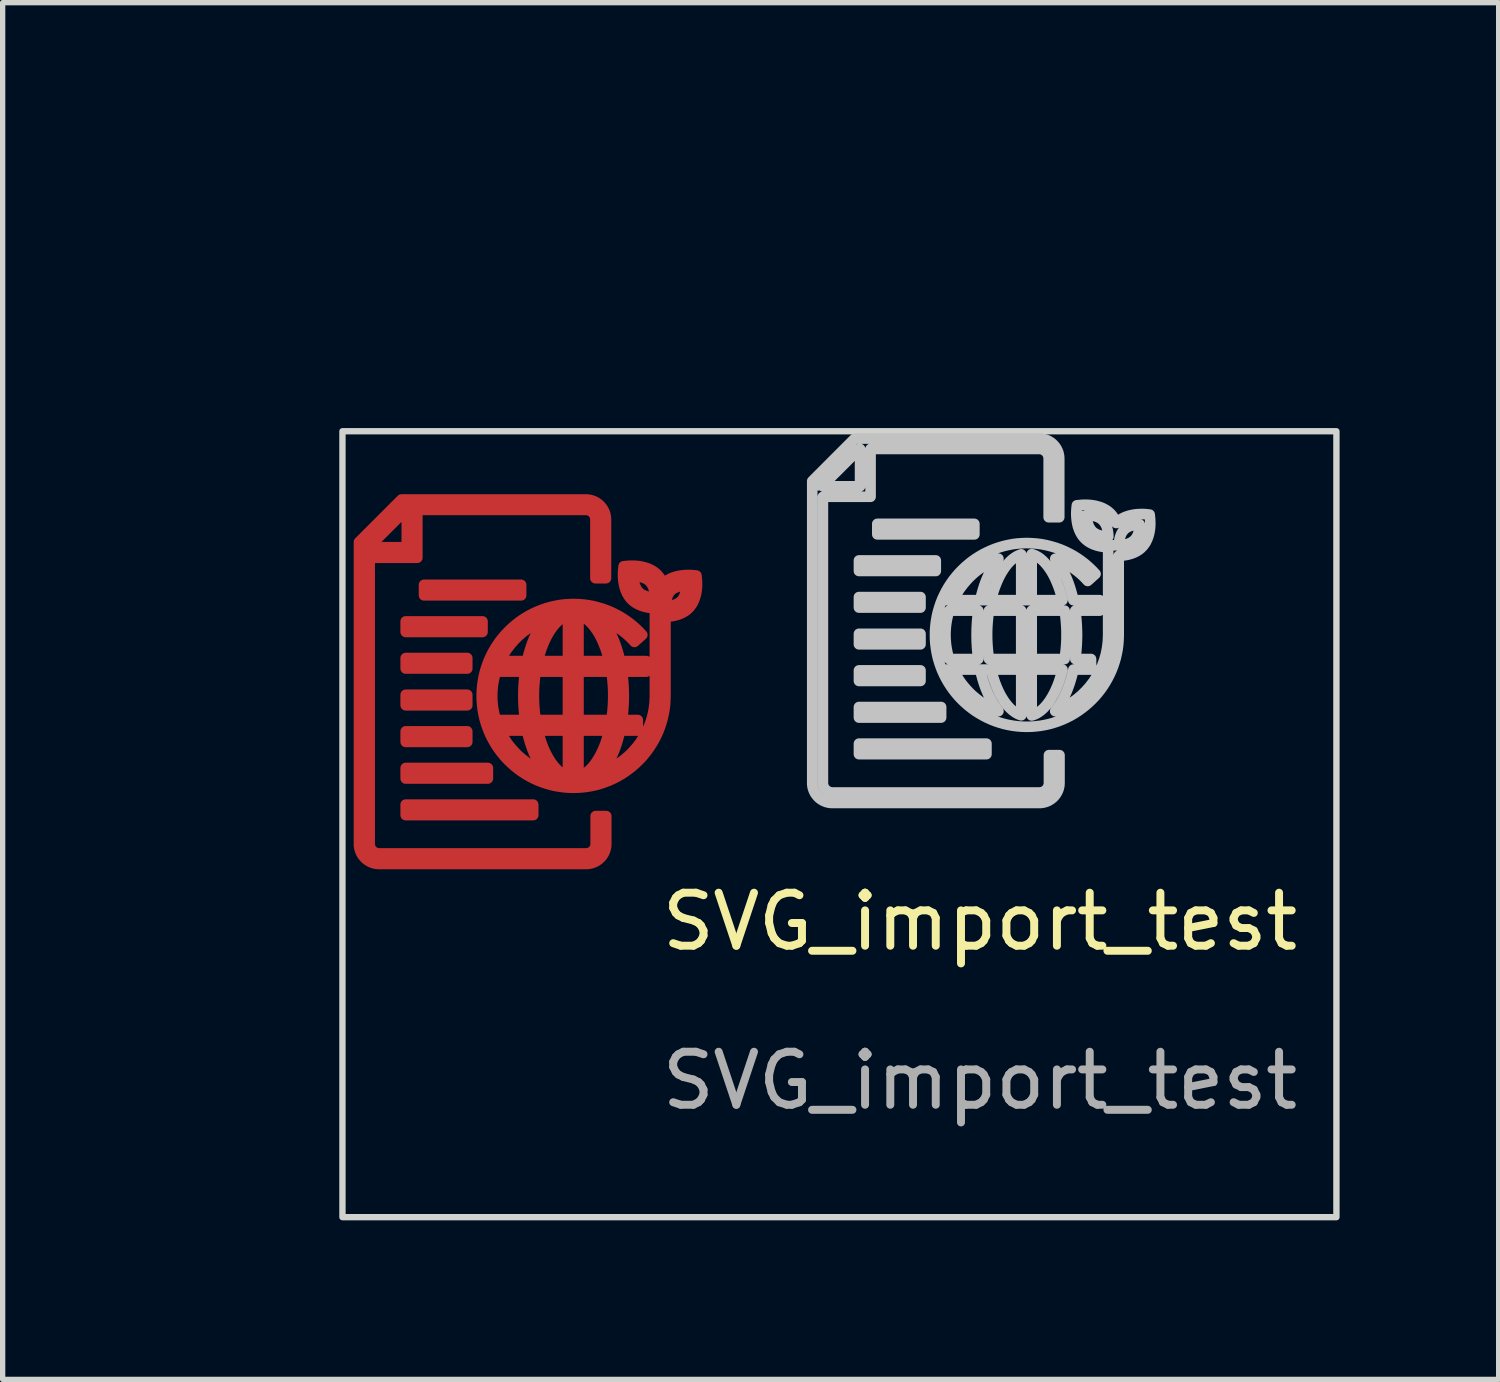
<source format=kicad_pcb>
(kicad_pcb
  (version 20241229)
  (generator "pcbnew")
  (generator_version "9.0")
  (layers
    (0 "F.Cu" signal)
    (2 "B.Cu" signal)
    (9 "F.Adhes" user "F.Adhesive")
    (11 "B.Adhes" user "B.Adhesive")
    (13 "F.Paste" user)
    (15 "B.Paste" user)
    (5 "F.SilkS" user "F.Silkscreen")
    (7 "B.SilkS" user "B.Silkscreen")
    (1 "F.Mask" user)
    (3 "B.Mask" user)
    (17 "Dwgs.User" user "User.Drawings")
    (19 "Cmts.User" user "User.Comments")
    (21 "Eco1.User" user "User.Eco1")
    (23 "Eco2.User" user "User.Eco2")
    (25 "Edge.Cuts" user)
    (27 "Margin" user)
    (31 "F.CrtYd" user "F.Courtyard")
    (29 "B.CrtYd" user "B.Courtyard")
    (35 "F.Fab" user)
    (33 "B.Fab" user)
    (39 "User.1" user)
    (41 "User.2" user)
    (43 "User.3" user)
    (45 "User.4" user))
  (footprint "SVG_import_test"
    (layer "F.Cu")
    (at 15.435 14.835)
    (property "Reference" "SVG_import_test" (at 0 -0.5 0) (unlocked yes) (layer "F.SilkS") (effects (font (size 1 1) (thickness 0.15))))
    (attr smd)
    (fp_poly (pts (xy -9.671 -5.274) (xy -10.832 -5.274) (xy -10.832 -5.472) (xy -9.671 -5.472)) (stroke (width 0.2) (type solid)) (fill yes) (layer "F.Cu"))
    (fp_poly (pts (xy -9.671 -4.581) (xy -10.832 -4.581) (xy -10.832 -4.779) (xy -9.671 -4.779)) (stroke (width 0.2) (type solid)) (fill yes) (layer "F.Cu"))
    (fp_poly (pts (xy -9.671 -3.89) (xy -10.832 -3.89) (xy -10.832 -4.089) (xy -9.671 -4.089)) (stroke (width 0.2) (type solid)) (fill yes) (layer "F.Cu"))
    (fp_poly (pts (xy -9.383 -5.964) (xy -10.832 -5.964) (xy -10.832 -6.163) (xy -9.383 -6.163)) (stroke (width 0.2) (type solid)) (fill yes) (layer "F.Cu"))
    (fp_poly (pts (xy -9.282 -3.199) (xy -10.832 -3.199) (xy -10.832 -3.398) (xy -9.282 -3.398)) (stroke (width 0.2) (type solid)) (fill yes) (layer "F.Cu"))
    (fp_poly (pts (xy -8.655 -6.655) (xy -10.486 -6.655) (xy -10.486 -6.853) (xy -8.655 -6.853)) (stroke (width 0.2) (type solid)) (fill yes) (layer "F.Cu"))
    (fp_poly (pts (xy -8.427 -2.509) (xy -10.832 -2.509) (xy -10.832 -2.707) (xy -8.427 -2.707)) (stroke (width 0.2) (type solid)) (fill yes) (layer "F.Cu"))
    (fp_poly (pts (xy -7.413 -8.462) (xy -7.394 -8.46) (xy -7.375 -8.458) (xy -7.356 -8.454) (xy -7.338 -8.45) (xy -7.32 -8.445) (xy -7.302 -8.439) (xy -7.285 -8.432) (xy -7.269 -8.425) (xy -7.252 -8.416) (xy -7.236 -8.407) (xy -7.221 -8.397) (xy -7.206 -8.387) (xy -7.192 -8.376) (xy -7.178 -8.364) (xy -7.165 -8.351) (xy -7.153 -8.338) (xy -7.141 -8.324) (xy -7.129 -8.31) (xy -7.119 -8.295) (xy -7.109 -8.28) (xy -7.1 -8.264) (xy -7.092 -8.248) (xy -7.084 -8.231) (xy -7.077 -8.214) (xy -7.071 -8.196) (xy -7.066 -8.178) (xy -7.062 -8.16) (xy -7.059 -8.141) (xy -7.056 -8.122) (xy -7.055 -8.103) (xy -7.054 -8.084) (xy -7.054 -6.978) (xy -7.253 -6.978) (xy -7.253 -8.086) (xy -7.253 -8.095) (xy -7.254 -8.104) (xy -7.255 -8.113) (xy -7.256 -8.122) (xy -7.258 -8.131) (xy -7.261 -8.139) (xy -7.264 -8.148) (xy -7.267 -8.156) (xy -7.27 -8.164) (xy -7.274 -8.171) (xy -7.279 -8.179) (xy -7.283 -8.186) (xy -7.288 -8.193) (xy -7.293 -8.2) (xy -7.299 -8.207) (xy -7.305 -8.213) (xy -7.311 -8.219) (xy -7.318 -8.225) (xy -7.324 -8.23) (xy -7.332 -8.235) (xy -7.339 -8.24) (xy -7.346 -8.244) (xy -7.354 -8.248) (xy -7.362 -8.252) (xy -7.37 -8.255) (xy -7.379 -8.258) (xy -7.387 -8.26) (xy -7.396 -8.262) (xy -7.405 -8.264) (xy -7.414 -8.265) (xy -7.423 -8.266) (xy -7.433 -8.266) (xy -10.613 -8.266) (xy -10.613 -7.364) (xy -11.512 -7.364) (xy -11.512 -1.966) (xy -11.512 -1.957) (xy -11.512 -1.948) (xy -11.51 -1.939) (xy -11.509 -1.93) (xy -11.507 -1.922) (xy -11.504 -1.913) (xy -11.502 -1.905) (xy -11.498 -1.897) (xy -11.495 -1.889) (xy -11.491 -1.881) (xy -11.487 -1.874) (xy -11.482 -1.866) (xy -11.477 -1.859) (xy -11.472 -1.852) (xy -11.466 -1.846) (xy -11.46 -1.84) (xy -11.454 -1.834) (xy -11.448 -1.828) (xy -11.441 -1.823) (xy -11.434 -1.818) (xy -11.426 -1.813) (xy -11.419 -1.808) (xy -11.411 -1.804) (xy -11.403 -1.801) (xy -11.395 -1.798) (xy -11.387 -1.795) (xy -11.378 -1.792) (xy -11.369 -1.79) (xy -11.36 -1.789) (xy -11.351 -1.787) (xy -11.342 -1.787) (xy -11.333 -1.786) (xy -7.427 -1.786) (xy -7.418 -1.787) (xy -7.409 -1.787) (xy -7.4 -1.788) (xy -7.392 -1.79) (xy -7.383 -1.792) (xy -7.374 -1.794) (xy -7.366 -1.797) (xy -7.358 -1.8) (xy -7.35 -1.804) (xy -7.342 -1.808) (xy -7.335 -1.812) (xy -7.327 -1.817) (xy -7.32 -1.822) (xy -7.314 -1.827) (xy -7.307 -1.833) (xy -7.301 -1.839) (xy -7.295 -1.845) (xy -7.289 -1.851) (xy -7.284 -1.858) (xy -7.279 -1.865) (xy -7.274 -1.872) (xy -7.27 -1.88) (xy -7.266 -1.888) (xy -7.262 -1.896) (xy -7.259 -1.904) (xy -7.256 -1.912) (xy -7.253 -1.921) (xy -7.251 -1.93) (xy -7.25 -1.939) (xy -7.249 -1.948) (xy -7.248 -1.957) (xy -7.248 -1.966) (xy -7.248 -2.49) (xy -7.049 -2.49) (xy -7.049 -1.966) (xy -7.05 -1.947) (xy -7.051 -1.928) (xy -7.053 -1.909) (xy -7.057 -1.89) (xy -7.061 -1.872) (xy -7.066 -1.854) (xy -7.072 -1.836) (xy -7.079 -1.819) (xy -7.086 -1.802) (xy -7.095 -1.786) (xy -7.104 -1.77) (xy -7.114 -1.755) (xy -7.124 -1.74) (xy -7.135 -1.726) (xy -7.147 -1.712) (xy -7.16 -1.699) (xy -7.173 -1.686) (xy -7.187 -1.674) (xy -7.201 -1.663) (xy -7.216 -1.653) (xy -7.231 -1.643) (xy -7.247 -1.634) (xy -7.263 -1.625) (xy -7.28 -1.618) (xy -7.297 -1.611) (xy -7.315 -1.605) (xy -7.333 -1.6) (xy -7.351 -1.596) (xy -7.37 -1.592) (xy -7.389 -1.59) (xy -7.408 -1.588) (xy -7.427 -1.588) (xy -11.335 -1.588) (xy -11.355 -1.588) (xy -11.374 -1.59) (xy -11.393 -1.592) (xy -11.411 -1.596) (xy -11.43 -1.6) (xy -11.448 -1.605) (xy -11.465 -1.611) (xy -11.482 -1.618) (xy -11.499 -1.625) (xy -11.516 -1.634) (xy -11.531 -1.643) (xy -11.547 -1.653) (xy -11.562 -1.663) (xy -11.576 -1.674) (xy -11.59 -1.686) (xy -11.603 -1.699) (xy -11.615 -1.712) (xy -11.627 -1.726) (xy -11.638 -1.74) (xy -11.649 -1.755) (xy -11.659 -1.77) (xy -11.668 -1.786) (xy -11.676 -1.802) (xy -11.684 -1.819) (xy -11.691 -1.836) (xy -11.696 -1.854) (xy -11.702 -1.872) (xy -11.706 -1.89) (xy -11.709 -1.909) (xy -11.712 -1.928) (xy -11.713 -1.947) (xy -11.713 -1.966) (xy -11.713 -7.562) (xy -11.512 -7.562) (xy -10.811 -7.562) (xy -10.811 -8.266) (xy -10.827 -8.266) (xy -11.512 -7.581) (xy -11.512 -7.562) (xy -11.713 -7.562) (xy -11.713 -7.66) (xy -10.912 -8.462) (xy -7.433 -8.462)) (stroke (width 0.2) (type solid)) (fill yes) (layer "F.Cu"))
    (fp_poly (pts (xy -6.58 -7.213) (xy -6.533 -7.213) (xy -6.506 -7.212) (xy -6.478 -7.21) (xy -6.447 -7.207) (xy -6.416 -7.202) (xy -6.383 -7.197) (xy -6.35 -7.189) (xy -6.316 -7.18) (xy -6.282 -7.169) (xy -6.248 -7.156) (xy -6.215 -7.14) (xy -6.182 -7.122) (xy -6.15 -7.102) (xy -6.135 -7.09) (xy -6.12 -7.078) (xy -6.105 -7.065) (xy -6.091 -7.052) (xy -6.081 -7.042) (xy -6.072 -7.031) (xy -6.063 -7.021) (xy -6.054 -7.01) (xy -6.046 -6.999) (xy -6.038 -6.987) (xy -6.03 -6.976) (xy -6.023 -6.965) (xy -6.016 -6.953) (xy -6.01 -6.941) (xy -6.004 -6.929) (xy -5.998 -6.917) (xy -5.992 -6.905) (xy -5.987 -6.893) (xy -5.982 -6.881) (xy -5.977 -6.869) (xy -5.972 -6.874) (xy -5.97 -6.877) (xy -5.968 -6.878) (xy -5.967 -6.88) (xy -5.949 -6.897) (xy -5.929 -6.913) (xy -5.909 -6.928) (xy -5.889 -6.942) (xy -5.868 -6.954) (xy -5.846 -6.966) (xy -5.825 -6.976) (xy -5.803 -6.986) (xy -5.78 -6.994) (xy -5.758 -7.001) (xy -5.736 -7.008) (xy -5.714 -7.014) (xy -5.67 -7.023) (xy -5.628 -7.03) (xy -5.588 -7.035) (xy -5.551 -7.037) (xy -5.517 -7.038) (xy -5.488 -7.039) (xy -5.444 -7.037) (xy -5.424 -7.036) (xy -5.348 -7.028) (xy -5.34 -6.951) (xy -5.337 -6.888) (xy -5.337 -6.825) (xy -5.34 -6.787) (xy -5.344 -6.747) (xy -5.351 -6.705) (xy -5.36 -6.662) (xy -5.373 -6.618) (xy -5.389 -6.573) (xy -5.409 -6.53) (xy -5.42 -6.508) (xy -5.433 -6.487) (xy -5.447 -6.467) (xy -5.462 -6.447) (xy -5.478 -6.427) (xy -5.496 -6.409) (xy -5.508 -6.397) (xy -5.52 -6.386) (xy -5.546 -6.365) (xy -5.573 -6.347) (xy -5.601 -6.331) (xy -5.63 -6.316) (xy -5.659 -6.303) (xy -5.688 -6.292) (xy -5.717 -6.283) (xy -5.747 -6.275) (xy -5.775 -6.268) (xy -5.804 -6.263) (xy -5.832 -6.259) (xy -5.859 -6.256) (xy -5.885 -6.253) (xy -5.932 -6.251) (xy -5.932 -4.758) (xy -5.935 -4.669) (xy -5.941 -4.581) (xy -5.952 -4.494) (xy -5.968 -4.409) (xy -5.987 -4.325) (xy -6.011 -4.243) (xy -6.038 -4.163) (xy -6.069 -4.084) (xy -6.104 -4.007) (xy -6.142 -3.933) (xy -6.184 -3.86) (xy -6.229 -3.79) (xy -6.277 -3.722) (xy -6.329 -3.656) (xy -6.383 -3.593) (xy -6.441 -3.533) (xy -6.501 -3.476) (xy -6.564 -3.421) (xy -6.63 -3.37) (xy -6.698 -3.321) (xy -6.768 -3.276) (xy -6.84 -3.234) (xy -6.915 -3.196) (xy -6.992 -3.161) (xy -7.071 -3.13) (xy -7.151 -3.103) (xy -7.233 -3.079) (xy -7.317 -3.06) (xy -7.402 -3.045) (xy -7.489 -3.034) (xy -7.577 -3.027) (xy -7.666 -3.025) (xy -7.755 -3.027) (xy -7.843 -3.034) (xy -7.929 -3.045) (xy -8.014 -3.06) (xy -8.098 -3.079) (xy -8.18 -3.103) (xy -8.261 -3.13) (xy -8.339 -3.161) (xy -8.416 -3.196) (xy -8.491 -3.234) (xy -8.498 -3.239) (xy -7.573 -3.239) (xy -7.526 -3.254) (xy -7.48 -3.276) (xy -7.435 -3.304) (xy -7.391 -3.338) (xy -7.348 -3.377) (xy -7.307 -3.422) (xy -7.267 -3.471) (xy -7.229 -3.525) (xy -7.193 -3.584) (xy -7.158 -3.647) (xy -7.125 -3.714) (xy -7.094 -3.785) (xy -7.065 -3.86) (xy -7.039 -3.938) (xy -7.015 -4.02) (xy -6.993 -4.104) (xy -7.573 -4.104) (xy -7.573 -3.239) (xy -8.498 -3.239) (xy -8.563 -3.276) (xy -8.634 -3.321) (xy -8.702 -3.37) (xy -8.767 -3.421) (xy -8.83 -3.476) (xy -8.89 -3.533) (xy -8.948 -3.593) (xy -9.002 -3.656) (xy -9.054 -3.722) (xy -9.102 -3.79) (xy -9.147 -3.86) (xy -9.189 -3.933) (xy -9.227 -4.007) (xy -9.262 -4.084) (xy -9.27 -4.104) (xy -9.053 -4.104) (xy -9.019 -4.038) (xy -8.983 -3.973) (xy -8.943 -3.91) (xy -8.901 -3.849) (xy -8.855 -3.791) (xy -8.807 -3.735) (xy -8.757 -3.681) (xy -8.704 -3.629) (xy -8.648 -3.581) (xy -8.591 -3.535) (xy -8.531 -3.491) (xy -8.469 -3.451) (xy -8.405 -3.413) (xy -8.339 -3.379) (xy -8.271 -3.348) (xy -8.201 -3.32) (xy -8.23 -3.356) (xy -8.257 -3.395) (xy -8.284 -3.435) (xy -8.31 -3.477) (xy -8.335 -3.521) (xy -8.359 -3.567) (xy -8.383 -3.614) (xy -8.405 -3.662) (xy -8.426 -3.713) (xy -8.447 -3.764) (xy -8.466 -3.818) (xy -8.484 -3.872) (xy -8.501 -3.928) (xy -8.517 -3.986) (xy -8.532 -4.044) (xy -8.546 -4.104) (xy -8.338 -4.104) (xy -8.317 -4.021) (xy -8.293 -3.941) (xy -8.267 -3.864) (xy -8.239 -3.79) (xy -8.209 -3.72) (xy -8.177 -3.653) (xy -8.143 -3.591) (xy -8.107 -3.533) (xy -8.089 -3.505) (xy -8.07 -3.479) (xy -8.05 -3.453) (xy -8.031 -3.429) (xy -8.011 -3.406) (xy -7.991 -3.385) (xy -7.97 -3.364) (xy -7.949 -3.345) (xy -7.928 -3.328) (xy -7.906 -3.311) (xy -7.884 -3.296) (xy -7.862 -3.282) (xy -7.84 -3.27) (xy -7.817 -3.259) (xy -7.794 -3.25) (xy -7.771 -3.242) (xy -7.771 -4.104) (xy -8.338 -4.104) (xy -8.546 -4.104) (xy -9.053 -4.104) (xy -9.27 -4.104) (xy -9.293 -4.163) (xy -9.32 -4.243) (xy -9.344 -4.325) (xy -9.363 -4.409) (xy -9.378 -4.494) (xy -9.389 -4.581) (xy -9.396 -4.669) (xy -9.398 -4.758) (xy -9.2 -4.758) (xy -9.199 -4.699) (xy -9.195 -4.64) (xy -9.19 -4.582) (xy -9.182 -4.525) (xy -9.172 -4.468) (xy -9.16 -4.412) (xy -9.147 -4.357) (xy -9.131 -4.303) (xy -8.581 -4.303) (xy -8.588 -4.357) (xy -8.595 -4.412) (xy -8.6 -4.468) (xy -8.605 -4.525) (xy -8.608 -4.582) (xy -8.611 -4.64) (xy -8.612 -4.699) (xy -8.613 -4.758) (xy -8.613 -4.76) (xy -8.414 -4.76) (xy -8.414 -4.701) (xy -8.412 -4.642) (xy -8.409 -4.584) (xy -8.405 -4.527) (xy -8.4 -4.469) (xy -8.394 -4.413) (xy -8.386 -4.357) (xy -8.378 -4.303) (xy -7.771 -4.303) (xy -7.573 -4.303) (xy -6.953 -4.303) (xy -6.945 -4.357) (xy -6.938 -4.413) (xy -6.931 -4.469) (xy -6.926 -4.527) (xy -6.922 -4.584) (xy -6.919 -4.642) (xy -6.917 -4.701) (xy -6.917 -4.76) (xy -6.917 -4.819) (xy -6.919 -4.878) (xy -6.922 -4.936) (xy -6.926 -4.993) (xy -6.931 -5.05) (xy -6.937 -5.106) (xy -6.944 -5.161) (xy -6.953 -5.216) (xy -7.573 -5.216) (xy -7.573 -4.303) (xy -7.771 -4.303) (xy -7.771 -5.216) (xy -8.379 -5.216) (xy -8.387 -5.161) (xy -8.394 -5.106) (xy -8.4 -5.05) (xy -8.405 -4.993) (xy -8.409 -4.936) (xy -8.412 -4.878) (xy -8.414 -4.819) (xy -8.414 -4.76) (xy -8.613 -4.76) (xy -8.612 -4.817) (xy -8.611 -4.876) (xy -8.608 -4.934) (xy -8.605 -4.992) (xy -8.6 -5.049) (xy -8.595 -5.105) (xy -8.588 -5.161) (xy -8.581 -5.216) (xy -9.13 -5.216) (xy -9.146 -5.161) (xy -9.16 -5.106) (xy -9.172 -5.049) (xy -9.182 -4.992) (xy -9.19 -4.935) (xy -9.195 -4.876) (xy -9.199 -4.817) (xy -9.2 -4.758) (xy -9.398 -4.758) (xy -9.396 -4.847) (xy -9.389 -4.935) (xy -9.378 -5.021) (xy -9.363 -5.107) (xy -9.344 -5.19) (xy -9.32 -5.272) (xy -9.293 -5.353) (xy -9.269 -5.414) (xy -9.052 -5.414) (xy -8.545 -5.414) (xy -8.34 -5.414) (xy -7.771 -5.414) (xy -7.771 -6.278) (xy -7.817 -6.261) (xy -7.863 -6.238) (xy -7.907 -6.209) (xy -7.95 -6.175) (xy -7.992 -6.135) (xy -8.032 -6.091) (xy -8.071 -6.041) (xy -8.108 -5.987) (xy -8.144 -5.929) (xy -8.178 -5.866) (xy -8.21 -5.8) (xy -8.24 -5.729) (xy -8.269 -5.655) (xy -8.295 -5.578) (xy -8.318 -5.497) (xy -8.34 -5.414) (xy -8.545 -5.414) (xy -8.531 -5.474) (xy -8.516 -5.532) (xy -8.5 -5.589) (xy -8.483 -5.645) (xy -8.465 -5.7) (xy -8.446 -5.753) (xy -8.426 -5.804) (xy -8.404 -5.854) (xy -8.382 -5.903) (xy -8.359 -5.95) (xy -8.335 -5.995) (xy -8.31 -6.039) (xy -8.284 -6.081) (xy -8.257 -6.121) (xy -8.229 -6.159) (xy -8.201 -6.196) (xy -8.27 -6.168) (xy -8.338 -6.137) (xy -8.404 -6.103) (xy -8.468 -6.065) (xy -8.53 -6.025) (xy -8.59 -5.982) (xy -8.648 -5.936) (xy -8.703 -5.887) (xy -8.756 -5.836) (xy -8.806 -5.782) (xy -8.854 -5.726) (xy -8.899 -5.668) (xy -8.942 -5.608) (xy -8.981 -5.545) (xy -9.018 -5.481) (xy -9.052 -5.414) (xy -9.269 -5.414) (xy -9.262 -5.432) (xy -9.227 -5.508) (xy -9.189 -5.583) (xy -9.147 -5.656) (xy -9.102 -5.726) (xy -9.054 -5.794) (xy -9.002 -5.859) (xy -8.948 -5.922) (xy -8.89 -5.982) (xy -8.83 -6.04) (xy -8.767 -6.094) (xy -8.702 -6.146) (xy -8.634 -6.194) (xy -8.563 -6.239) (xy -8.491 -6.281) (xy -8.489 -6.282) (xy -7.573 -6.282) (xy -7.573 -5.414) (xy -6.992 -5.414) (xy -7.014 -5.499) (xy -7.038 -5.58) (xy -7.065 -5.659) (xy -7.094 -5.734) (xy -7.124 -5.805) (xy -7.157 -5.873) (xy -7.192 -5.936) (xy -7.21 -5.966) (xy -7.229 -5.995) (xy -7.248 -6.022) (xy -7.267 -6.049) (xy -7.287 -6.074) (xy -7.307 -6.098) (xy -7.327 -6.121) (xy -7.348 -6.143) (xy -7.369 -6.163) (xy -7.391 -6.182) (xy -7.412 -6.2) (xy -7.434 -6.216) (xy -7.457 -6.231) (xy -7.48 -6.244) (xy -7.502 -6.256) (xy -7.526 -6.266) (xy -7.549 -6.275) (xy -7.573 -6.282) (xy -8.489 -6.282) (xy -8.416 -6.319) (xy -8.339 -6.354) (xy -8.261 -6.385) (xy -8.18 -6.412) (xy -8.098 -6.436) (xy -8.014 -6.455) (xy -7.929 -6.471) (xy -7.843 -6.482) (xy -7.755 -6.488) (xy -7.666 -6.491) (xy -7.573 -6.488) (xy -7.481 -6.481) (xy -7.39 -6.469) (xy -7.3 -6.452) (xy -7.212 -6.43) (xy -7.124 -6.404) (xy -7.039 -6.374) (xy -6.955 -6.339) (xy -6.873 -6.299) (xy -6.793 -6.256) (xy -6.716 -6.208) (xy -6.641 -6.156) (xy -6.568 -6.1) (xy -6.499 -6.04) (xy -6.432 -5.976) (xy -6.369 -5.909) (xy -6.517 -5.776) (xy -6.549 -5.811) (xy -6.582 -5.845) (xy -6.616 -5.878) (xy -6.651 -5.91) (xy -6.687 -5.94) (xy -6.724 -5.969) (xy -6.761 -5.997) (xy -6.799 -6.024) (xy -6.838 -6.05) (xy -6.878 -6.074) (xy -6.918 -6.098) (xy -6.959 -6.12) (xy -7.001 -6.14) (xy -7.043 -6.16) (xy -7.086 -6.178) (xy -7.129 -6.195) (xy -7.101 -6.158) (xy -7.073 -6.12) (xy -7.047 -6.08) (xy -7.021 -6.038) (xy -6.996 -5.994) (xy -6.972 -5.949) (xy -6.949 -5.902) (xy -6.927 -5.854) (xy -6.905 -5.803) (xy -6.885 -5.752) (xy -6.866 -5.699) (xy -6.848 -5.645) (xy -6.831 -5.589) (xy -6.815 -5.532) (xy -6.8 -5.474) (xy -6.787 -5.414) (xy -6.292 -5.414) (xy -6.292 -5.216) (xy -6.751 -5.216) (xy -6.744 -5.161) (xy -6.737 -5.105) (xy -6.731 -5.049) (xy -6.727 -4.992) (xy -6.723 -4.934) (xy -6.721 -4.876) (xy -6.719 -4.817) (xy -6.718 -4.758) (xy -6.719 -4.699) (xy -6.721 -4.64) (xy -6.723 -4.582) (xy -6.727 -4.525) (xy -6.731 -4.468) (xy -6.737 -4.412) (xy -6.743 -4.357) (xy -6.75 -4.303) (xy -6.454 -4.303) (xy -6.454 -4.104) (xy -6.786 -4.104) (xy -6.8 -4.044) (xy -6.815 -3.986) (xy -6.831 -3.928) (xy -6.848 -3.872) (xy -6.866 -3.818) (xy -6.885 -3.765) (xy -6.905 -3.713) (xy -6.927 -3.662) (xy -6.949 -3.614) (xy -6.972 -3.567) (xy -6.996 -3.521) (xy -7.021 -3.477) (xy -7.047 -3.435) (xy -7.074 -3.395) (xy -7.102 -3.356) (xy -7.13 -3.32) (xy -7.023 -3.364) (xy -6.92 -3.417) (xy -6.821 -3.477) (xy -6.728 -3.544) (xy -6.64 -3.617) (xy -6.558 -3.697) (xy -6.482 -3.782) (xy -6.412 -3.873) (xy -6.349 -3.97) (xy -6.293 -4.071) (xy -6.245 -4.176) (xy -6.205 -4.286) (xy -6.173 -4.399) (xy -6.15 -4.516) (xy -6.136 -4.636) (xy -6.131 -4.758) (xy -6.131 -6.411) (xy -6.179 -6.414) (xy -6.205 -6.417) (xy -6.232 -6.42) (xy -6.26 -6.425) (xy -6.289 -6.43) (xy -6.318 -6.437) (xy -6.348 -6.445) (xy -6.358 -6.449) (xy -5.93 -6.449) (xy -5.912 -6.449) (xy -5.894 -6.451) (xy -5.875 -6.453) (xy -5.855 -6.455) (xy -5.836 -6.458) (xy -5.816 -6.462) (xy -5.796 -6.467) (xy -5.776 -6.472) (xy -5.757 -6.478) (xy -5.737 -6.485) (xy -5.719 -6.493) (xy -5.7 -6.502) (xy -5.683 -6.512) (xy -5.666 -6.523) (xy -5.651 -6.536) (xy -5.643 -6.542) (xy -5.636 -6.549) (xy -5.629 -6.557) (xy -5.622 -6.564) (xy -5.609 -6.581) (xy -5.598 -6.598) (xy -5.587 -6.616) (xy -5.578 -6.635) (xy -5.57 -6.654) (xy -5.563 -6.674) (xy -5.557 -6.694) (xy -5.552 -6.714) (xy -5.548 -6.733) (xy -5.544 -6.753) (xy -5.541 -6.772) (xy -5.539 -6.791) (xy -5.537 -6.809) (xy -5.536 -6.842) (xy -5.553 -6.842) (xy -5.572 -6.84) (xy -5.591 -6.839) (xy -5.61 -6.836) (xy -5.63 -6.833) (xy -5.65 -6.829) (xy -5.669 -6.825) (xy -5.689 -6.819) (xy -5.709 -6.813) (xy -5.728 -6.806) (xy -5.747 -6.798) (xy -5.765 -6.789) (xy -5.782 -6.779) (xy -5.799 -6.768) (xy -5.815 -6.756) (xy -5.822 -6.749) (xy -5.829 -6.742) (xy -5.836 -6.735) (xy -5.843 -6.727) (xy -5.856 -6.71) (xy -5.868 -6.693) (xy -5.878 -6.675) (xy -5.887 -6.656) (xy -5.895 -6.637) (xy -5.902 -6.617) (xy -5.908 -6.597) (xy -5.913 -6.578) (xy -5.918 -6.558) (xy -5.921 -6.538) (xy -5.924 -6.519) (xy -5.926 -6.5) (xy -5.928 -6.482) (xy -5.93 -6.449) (xy -6.358 -6.449) (xy -6.377 -6.455) (xy -6.406 -6.466) (xy -6.436 -6.479) (xy -6.464 -6.494) (xy -6.492 -6.51) (xy -6.519 -6.529) (xy -6.545 -6.55) (xy -6.558 -6.561) (xy -6.57 -6.573) (xy -6.588 -6.592) (xy -6.605 -6.611) (xy -6.62 -6.632) (xy -6.634 -6.653) (xy -6.647 -6.674) (xy -6.658 -6.696) (xy -6.669 -6.719) (xy -6.679 -6.741) (xy -6.687 -6.764) (xy -6.695 -6.786) (xy -6.702 -6.809) (xy -6.708 -6.831) (xy -6.717 -6.876) (xy -6.724 -6.919) (xy -6.728 -6.959) (xy -6.731 -6.997) (xy -6.732 -7.02) (xy -6.535 -7.02) (xy -6.535 -7.003) (xy -6.534 -6.985) (xy -6.533 -6.966) (xy -6.531 -6.947) (xy -6.528 -6.927) (xy -6.525 -6.907) (xy -6.52 -6.886) (xy -6.515 -6.866) (xy -6.509 -6.845) (xy -6.501 -6.825) (xy -6.493 -6.805) (xy -6.483 -6.786) (xy -6.473 -6.767) (xy -6.461 -6.749) (xy -6.447 -6.732) (xy -6.44 -6.724) (xy -6.433 -6.716) (xy -6.425 -6.708) (xy -6.417 -6.701) (xy -6.4 -6.688) (xy -6.382 -6.676) (xy -6.363 -6.665) (xy -6.343 -6.656) (xy -6.323 -6.648) (xy -6.303 -6.641) (xy -6.282 -6.634) (xy -6.262 -6.629) (xy -6.241 -6.625) (xy -6.221 -6.621) (xy -6.201 -6.618) (xy -6.182 -6.616) (xy -6.163 -6.614) (xy -6.128 -6.612) (xy -6.129 -6.629) (xy -6.129 -6.647) (xy -6.131 -6.666) (xy -6.133 -6.685) (xy -6.136 -6.705) (xy -6.139 -6.726) (xy -6.144 -6.746) (xy -6.149 -6.767) (xy -6.156 -6.787) (xy -6.163 -6.808) (xy -6.171 -6.828) (xy -6.181 -6.847) (xy -6.192 -6.866) (xy -6.204 -6.884) (xy -6.217 -6.901) (xy -6.224 -6.909) (xy -6.232 -6.917) (xy -6.239 -6.924) (xy -6.248 -6.932) (xy -6.265 -6.945) (xy -6.283 -6.957) (xy -6.301 -6.967) (xy -6.321 -6.977) (xy -6.341 -6.985) (xy -6.361 -6.992) (xy -6.382 -6.998) (xy -6.402 -7.003) (xy -6.423 -7.008) (xy -6.443 -7.011) (xy -6.463 -7.014) (xy -6.482 -7.016) (xy -6.501 -7.018) (xy -6.535 -7.02) (xy -6.732 -7.02) (xy -6.732 -7.032) (xy -6.732 -7.062) (xy -6.73 -7.106) (xy -6.729 -7.126) (xy -6.721 -7.203) (xy -6.644 -7.21) (xy -6.625 -7.212) (xy -6.605 -7.213) (xy -6.593 -7.213) (xy -6.58 -7.213)) (stroke (width 0.2) (type solid)) (fill yes) (layer "F.Cu"))
    (fp_poly (pts (xy -5.4 -8.65) (xy -4.125 -6.85) (xy -3.65 -5.925) (xy -5.45 -1.05) (xy -12.6 0.45) (xy -15.375 -7.9) (xy -11.15 -14.775)) (stroke (width 0.12) (type solid)) (fill yes) (layer "F.Mask"))
    (fp_poly (pts (xy -1.121 -6.424) (xy -2.282 -6.424) (xy -2.282 -6.622) (xy -1.121 -6.622)) (stroke (width 0.2) (type solid)) (fill no) (layer "Dwgs.User"))
    (fp_poly (pts (xy -1.121 -5.731) (xy -2.282 -5.731) (xy -2.282 -5.929) (xy -1.121 -5.929)) (stroke (width 0.2) (type solid)) (fill no) (layer "Dwgs.User"))
    (fp_poly (pts (xy -1.121 -5.04) (xy -2.282 -5.04) (xy -2.282 -5.239) (xy -1.121 -5.239)) (stroke (width 0.2) (type solid)) (fill no) (layer "Dwgs.User"))
    (fp_poly (pts (xy -0.833 -7.114) (xy -2.282 -7.114) (xy -2.282 -7.313) (xy -0.833 -7.313)) (stroke (width 0.2) (type solid)) (fill no) (layer "Dwgs.User"))
    (fp_poly (pts (xy -0.732 -4.349) (xy -2.282 -4.349) (xy -2.282 -4.548) (xy -0.732 -4.548)) (stroke (width 0.2) (type solid)) (fill no) (layer "Dwgs.User"))
    (fp_poly (pts (xy -0.105 -7.805) (xy -1.936 -7.805) (xy -1.936 -8.003) (xy -0.105 -8.003)) (stroke (width 0.2) (type solid)) (fill no) (layer "Dwgs.User"))
    (fp_poly (pts (xy 0.123 -3.659) (xy -2.282 -3.659) (xy -2.282 -3.857) (xy 0.123 -3.857)) (stroke (width 0.2) (type solid)) (fill no) (layer "Dwgs.User"))
    (fp_poly (pts (xy 1.137 -9.612) (xy 1.156 -9.61) (xy 1.175 -9.608) (xy 1.194 -9.604) (xy 1.212 -9.6) (xy 1.23 -9.595) (xy 1.248 -9.589) (xy 1.265 -9.582) (xy 1.281 -9.575) (xy 1.298 -9.566) (xy 1.314 -9.557) (xy 1.329 -9.547) (xy 1.344 -9.537) (xy 1.358 -9.526) (xy 1.372 -9.514) (xy 1.385 -9.501) (xy 1.397 -9.488) (xy 1.409 -9.474) (xy 1.421 -9.46) (xy 1.431 -9.445) (xy 1.441 -9.43) (xy 1.45 -9.414) (xy 1.458 -9.398) (xy 1.466 -9.381) (xy 1.473 -9.364) (xy 1.479 -9.346) (xy 1.484 -9.328) (xy 1.488 -9.31) (xy 1.491 -9.291) (xy 1.494 -9.272) (xy 1.495 -9.253) (xy 1.496 -9.234) (xy 1.496 -8.128) (xy 1.297 -8.128) (xy 1.297 -9.236) (xy 1.297 -9.245) (xy 1.296 -9.254) (xy 1.295 -9.263) (xy 1.294 -9.272) (xy 1.292 -9.281) (xy 1.289 -9.289) (xy 1.286 -9.298) (xy 1.283 -9.306) (xy 1.28 -9.314) (xy 1.276 -9.321) (xy 1.272 -9.329) (xy 1.267 -9.336) (xy 1.262 -9.343) (xy 1.257 -9.35) (xy 1.251 -9.357) (xy 1.245 -9.363) (xy 1.239 -9.369) (xy 1.232 -9.375) (xy 1.226 -9.38) (xy 1.218 -9.385) (xy 1.211 -9.39) (xy 1.204 -9.394) (xy 1.196 -9.398) (xy 1.188 -9.402) (xy 1.18 -9.405) (xy 1.171 -9.408) (xy 1.163 -9.41) (xy 1.154 -9.412) (xy 1.145 -9.414) (xy 1.136 -9.415) (xy 1.127 -9.416) (xy 1.117 -9.416) (xy -2.063 -9.416) (xy -2.063 -8.514) (xy -2.962 -8.514) (xy -2.962 -3.116) (xy -2.962 -3.107) (xy -2.962 -3.098) (xy -2.96 -3.089) (xy -2.959 -3.08) (xy -2.957 -3.072) (xy -2.954 -3.063) (xy -2.952 -3.055) (xy -2.948 -3.047) (xy -2.945 -3.039) (xy -2.941 -3.031) (xy -2.937 -3.024) (xy -2.932 -3.016) (xy -2.927 -3.009) (xy -2.922 -3.002) (xy -2.916 -2.996) (xy -2.91 -2.99) (xy -2.904 -2.984) (xy -2.898 -2.978) (xy -2.891 -2.973) (xy -2.884 -2.968) (xy -2.876 -2.963) (xy -2.869 -2.958) (xy -2.861 -2.954) (xy -2.853 -2.951) (xy -2.845 -2.948) (xy -2.837 -2.945) (xy -2.828 -2.942) (xy -2.819 -2.94) (xy -2.81 -2.939) (xy -2.801 -2.937) (xy -2.792 -2.937) (xy -2.783 -2.936) (xy 1.123 -2.936) (xy 1.132 -2.937) (xy 1.141 -2.937) (xy 1.15 -2.938) (xy 1.158 -2.94) (xy 1.167 -2.942) (xy 1.176 -2.944) (xy 1.184 -2.947) (xy 1.192 -2.95) (xy 1.2 -2.954) (xy 1.208 -2.958) (xy 1.215 -2.962) (xy 1.223 -2.967) (xy 1.23 -2.972) (xy 1.236 -2.977) (xy 1.243 -2.983) (xy 1.249 -2.989) (xy 1.255 -2.995) (xy 1.261 -3.001) (xy 1.266 -3.008) (xy 1.271 -3.015) (xy 1.276 -3.022) (xy 1.28 -3.03) (xy 1.284 -3.038) (xy 1.288 -3.046) (xy 1.291 -3.054) (xy 1.294 -3.062) (xy 1.297 -3.071) (xy 1.299 -3.08) (xy 1.3 -3.089) (xy 1.301 -3.098) (xy 1.302 -3.107) (xy 1.302 -3.116) (xy 1.302 -3.64) (xy 1.501 -3.64) (xy 1.501 -3.116) (xy 1.5 -3.097) (xy 1.499 -3.078) (xy 1.497 -3.059) (xy 1.493 -3.04) (xy 1.489 -3.022) (xy 1.484 -3.004) (xy 1.478 -2.986) (xy 1.471 -2.969) (xy 1.464 -2.952) (xy 1.455 -2.936) (xy 1.446 -2.92) (xy 1.436 -2.905) (xy 1.426 -2.89) (xy 1.415 -2.876) (xy 1.403 -2.862) (xy 1.39 -2.849) (xy 1.377 -2.836) (xy 1.363 -2.824) (xy 1.349 -2.813) (xy 1.334 -2.803) (xy 1.319 -2.793) (xy 1.303 -2.784) (xy 1.287 -2.775) (xy 1.27 -2.768) (xy 1.253 -2.761) (xy 1.235 -2.755) (xy 1.217 -2.75) (xy 1.199 -2.746) (xy 1.18 -2.742) (xy 1.161 -2.74) (xy 1.142 -2.738) (xy 1.123 -2.738) (xy -2.785 -2.738) (xy -2.805 -2.738) (xy -2.824 -2.74) (xy -2.843 -2.742) (xy -2.861 -2.746) (xy -2.88 -2.75) (xy -2.898 -2.755) (xy -2.915 -2.761) (xy -2.932 -2.768) (xy -2.949 -2.775) (xy -2.966 -2.784) (xy -2.981 -2.793) (xy -2.997 -2.803) (xy -3.012 -2.813) (xy -3.026 -2.824) (xy -3.04 -2.836) (xy -3.053 -2.849) (xy -3.065 -2.862) (xy -3.077 -2.876) (xy -3.088 -2.89) (xy -3.099 -2.905) (xy -3.109 -2.92) (xy -3.118 -2.936) (xy -3.126 -2.952) (xy -3.134 -2.969) (xy -3.141 -2.986) (xy -3.146 -3.004) (xy -3.152 -3.022) (xy -3.156 -3.04) (xy -3.159 -3.059) (xy -3.162 -3.078) (xy -3.163 -3.097) (xy -3.163 -3.116) (xy -3.163 -8.712) (xy -2.962 -8.712) (xy -2.261 -8.712) (xy -2.261 -9.416) (xy -2.277 -9.416) (xy -2.962 -8.731) (xy -2.962 -8.712) (xy -3.163 -8.712) (xy -3.163 -8.81) (xy -2.362 -9.612) (xy 1.117 -9.612)) (stroke (width 0.2) (type solid)) (fill no) (layer "Dwgs.User"))
    (fp_poly (pts (xy 1.97 -8.363) (xy 2.017 -8.363) (xy 2.044 -8.362) (xy 2.072 -8.36) (xy 2.103 -8.357) (xy 2.134 -8.352) (xy 2.167 -8.347) (xy 2.2 -8.339) (xy 2.234 -8.33) (xy 2.268 -8.319) (xy 2.302 -8.306) (xy 2.335 -8.29) (xy 2.368 -8.272) (xy 2.4 -8.252) (xy 2.415 -8.24) (xy 2.43 -8.228) (xy 2.445 -8.215) (xy 2.459 -8.202) (xy 2.469 -8.192) (xy 2.478 -8.181) (xy 2.487 -8.171) (xy 2.496 -8.16) (xy 2.504 -8.149) (xy 2.512 -8.137) (xy 2.52 -8.126) (xy 2.527 -8.115) (xy 2.534 -8.103) (xy 2.54 -8.091) (xy 2.546 -8.079) (xy 2.552 -8.067) (xy 2.558 -8.055) (xy 2.563 -8.043) (xy 2.568 -8.031) (xy 2.573 -8.019) (xy 2.578 -8.024) (xy 2.58 -8.027) (xy 2.582 -8.028) (xy 2.583 -8.03) (xy 2.601 -8.047) (xy 2.621 -8.063) (xy 2.641 -8.078) (xy 2.661 -8.092) (xy 2.682 -8.104) (xy 2.704 -8.116) (xy 2.725 -8.126) (xy 2.747 -8.136) (xy 2.77 -8.144) (xy 2.792 -8.151) (xy 2.814 -8.158) (xy 2.836 -8.164) (xy 2.88 -8.173) (xy 2.922 -8.18) (xy 2.962 -8.185) (xy 2.999 -8.187) (xy 3.033 -8.188) (xy 3.062 -8.189) (xy 3.106 -8.187) (xy 3.126 -8.186) (xy 3.202 -8.178) (xy 3.21 -8.101) (xy 3.213 -8.038) (xy 3.213 -7.975) (xy 3.21 -7.937) (xy 3.206 -7.897) (xy 3.199 -7.855) (xy 3.19 -7.812) (xy 3.177 -7.768) (xy 3.161 -7.723) (xy 3.141 -7.68) (xy 3.13 -7.658) (xy 3.117 -7.637) (xy 3.103 -7.617) (xy 3.088 -7.597) (xy 3.072 -7.577) (xy 3.054 -7.559) (xy 3.042 -7.547) (xy 3.03 -7.536) (xy 3.004 -7.515) (xy 2.977 -7.497) (xy 2.949 -7.481) (xy 2.92 -7.466) (xy 2.891 -7.453) (xy 2.862 -7.442) (xy 2.833 -7.433) (xy 2.803 -7.425) (xy 2.775 -7.418) (xy 2.746 -7.413) (xy 2.718 -7.409) (xy 2.691 -7.406) (xy 2.665 -7.403) (xy 2.618 -7.401) (xy 2.618 -5.908) (xy 2.615 -5.819) (xy 2.609 -5.731) (xy 2.598 -5.644) (xy 2.582 -5.559) (xy 2.563 -5.475) (xy 2.539 -5.393) (xy 2.512 -5.313) (xy 2.481 -5.234) (xy 2.446 -5.157) (xy 2.408 -5.083) (xy 2.366 -5.01) (xy 2.321 -4.94) (xy 2.273 -4.872) (xy 2.221 -4.806) (xy 2.167 -4.743) (xy 2.109 -4.683) (xy 2.049 -4.626) (xy 1.986 -4.571) (xy 1.92 -4.52) (xy 1.852 -4.471) (xy 1.782 -4.426) (xy 1.71 -4.384) (xy 1.635 -4.346) (xy 1.558 -4.311) (xy 1.479 -4.28) (xy 1.399 -4.253) (xy 1.317 -4.229) (xy 1.233 -4.21) (xy 1.148 -4.195) (xy 1.061 -4.184) (xy 0.973 -4.177) (xy 0.884 -4.175) (xy 0.795 -4.177) (xy 0.707 -4.184) (xy 0.621 -4.195) (xy 0.536 -4.21) (xy 0.452 -4.229) (xy 0.37 -4.253) (xy 0.289 -4.28) (xy 0.211 -4.311) (xy 0.134 -4.346) (xy 0.059 -4.384) (xy 0.052 -4.389) (xy 0.977 -4.389) (xy 1.024 -4.404) (xy 1.07 -4.426) (xy 1.115 -4.454) (xy 1.159 -4.488) (xy 1.202 -4.527) (xy 1.243 -4.572) (xy 1.283 -4.621) (xy 1.321 -4.675) (xy 1.357 -4.734) (xy 1.392 -4.797) (xy 1.425 -4.864) (xy 1.456 -4.935) (xy 1.485 -5.01) (xy 1.511 -5.088) (xy 1.535 -5.17) (xy 1.557 -5.254) (xy 0.977 -5.254) (xy 0.977 -4.389) (xy 0.052 -4.389) (xy -0.013 -4.426) (xy -0.084 -4.471) (xy -0.152 -4.52) (xy -0.217 -4.571) (xy -0.28 -4.626) (xy -0.34 -4.683) (xy -0.398 -4.743) (xy -0.452 -4.806) (xy -0.504 -4.872) (xy -0.552 -4.94) (xy -0.597 -5.01) (xy -0.639 -5.083) (xy -0.677 -5.157) (xy -0.712 -5.234) (xy -0.72 -5.254) (xy -0.503 -5.254) (xy -0.469 -5.188) (xy -0.433 -5.123) (xy -0.393 -5.06) (xy -0.351 -4.999) (xy -0.305 -4.941) (xy -0.257 -4.885) (xy -0.207 -4.831) (xy -0.154 -4.779) (xy -0.098 -4.731) (xy -0.041 -4.685) (xy 0.019 -4.641) (xy 0.081 -4.601) (xy 0.145 -4.563) (xy 0.211 -4.529) (xy 0.279 -4.498) (xy 0.349 -4.47) (xy 0.32 -4.506) (xy 0.293 -4.545) (xy 0.266 -4.585) (xy 0.24 -4.627) (xy 0.215 -4.671) (xy 0.191 -4.717) (xy 0.167 -4.764) (xy 0.145 -4.812) (xy 0.124 -4.863) (xy 0.103 -4.914) (xy 0.084 -4.968) (xy 0.066 -5.022) (xy 0.049 -5.078) (xy 0.033 -5.136) (xy 0.018 -5.194) (xy 0.004 -5.254) (xy 0.212 -5.254) (xy 0.233 -5.171) (xy 0.257 -5.091) (xy 0.283 -5.014) (xy 0.311 -4.94) (xy 0.341 -4.87) (xy 0.373 -4.803) (xy 0.407 -4.741) (xy 0.443 -4.683) (xy 0.461 -4.655) (xy 0.48 -4.629) (xy 0.5 -4.603) (xy 0.519 -4.579) (xy 0.539 -4.556) (xy 0.559 -4.535) (xy 0.58 -4.514) (xy 0.601 -4.495) (xy 0.622 -4.478) (xy 0.644 -4.461) (xy 0.666 -4.446) (xy 0.688 -4.432) (xy 0.71 -4.42) (xy 0.733 -4.409) (xy 0.756 -4.4) (xy 0.779 -4.392) (xy 0.779 -5.254) (xy 0.212 -5.254) (xy 0.004 -5.254) (xy -0.503 -5.254) (xy -0.72 -5.254) (xy -0.743 -5.313) (xy -0.77 -5.393) (xy -0.794 -5.475) (xy -0.813 -5.559) (xy -0.828 -5.644) (xy -0.839 -5.731) (xy -0.846 -5.819) (xy -0.848 -5.908) (xy -0.65 -5.908) (xy -0.649 -5.849) (xy -0.645 -5.79) (xy -0.64 -5.732) (xy -0.632 -5.675) (xy -0.622 -5.618) (xy -0.61 -5.562) (xy -0.597 -5.507) (xy -0.581 -5.453) (xy -0.031 -5.453) (xy -0.038 -5.507) (xy -0.045 -5.562) (xy -0.05 -5.618) (xy -0.055 -5.675) (xy -0.058 -5.732) (xy -0.061 -5.79) (xy -0.062 -5.849) (xy -0.063 -5.908) (xy -0.063 -5.91) (xy 0.136 -5.91) (xy 0.136 -5.851) (xy 0.138 -5.792) (xy 0.141 -5.734) (xy 0.145 -5.677) (xy 0.15 -5.619) (xy 0.156 -5.563) (xy 0.164 -5.507) (xy 0.172 -5.453) (xy 0.779 -5.453) (xy 0.977 -5.453) (xy 1.597 -5.453) (xy 1.605 -5.507) (xy 1.612 -5.563) (xy 1.619 -5.619) (xy 1.624 -5.677) (xy 1.628 -5.734) (xy 1.631 -5.792) (xy 1.633 -5.851) (xy 1.633 -5.91) (xy 1.633 -5.969) (xy 1.631 -6.028) (xy 1.628 -6.086) (xy 1.624 -6.143) (xy 1.619 -6.2) (xy 1.613 -6.256) (xy 1.606 -6.311) (xy 1.597 -6.366) (xy 0.977 -6.366) (xy 0.977 -5.453) (xy 0.779 -5.453) (xy 0.779 -6.366) (xy 0.171 -6.366) (xy 0.163 -6.311) (xy 0.156 -6.256) (xy 0.15 -6.2) (xy 0.145 -6.143) (xy 0.141 -6.086) (xy 0.138 -6.028) (xy 0.136 -5.969) (xy 0.136 -5.91) (xy -0.063 -5.91) (xy -0.062 -5.967) (xy -0.061 -6.026) (xy -0.058 -6.084) (xy -0.055 -6.142) (xy -0.05 -6.199) (xy -0.045 -6.255) (xy -0.038 -6.311) (xy -0.031 -6.366) (xy -0.58 -6.366) (xy -0.596 -6.311) (xy -0.61 -6.256) (xy -0.622 -6.199) (xy -0.632 -6.142) (xy -0.64 -6.085) (xy -0.645 -6.026) (xy -0.649 -5.967) (xy -0.65 -5.908) (xy -0.848 -5.908) (xy -0.846 -5.997) (xy -0.839 -6.085) (xy -0.828 -6.171) (xy -0.813 -6.257) (xy -0.794 -6.34) (xy -0.77 -6.422) (xy -0.743 -6.503) (xy -0.719 -6.564) (xy -0.502 -6.564) (xy 0.005 -6.564) (xy 0.21 -6.564) (xy 0.779 -6.564) (xy 0.779 -7.428) (xy 0.733 -7.411) (xy 0.687 -7.388) (xy 0.643 -7.359) (xy 0.6 -7.325) (xy 0.558 -7.285) (xy 0.518 -7.241) (xy 0.479 -7.191) (xy 0.442 -7.137) (xy 0.406 -7.079) (xy 0.372 -7.016) (xy 0.34 -6.95) (xy 0.31 -6.879) (xy 0.281 -6.805) (xy 0.255 -6.728) (xy 0.232 -6.647) (xy 0.21 -6.564) (xy 0.005 -6.564) (xy 0.019 -6.624) (xy 0.034 -6.682) (xy 0.05 -6.739) (xy 0.067 -6.795) (xy 0.085 -6.85) (xy 0.104 -6.903) (xy 0.124 -6.954) (xy 0.146 -7.004) (xy 0.168 -7.053) (xy 0.191 -7.1) (xy 0.215 -7.145) (xy 0.24 -7.189) (xy 0.266 -7.231) (xy 0.293 -7.271) (xy 0.321 -7.309) (xy 0.349 -7.346) (xy 0.28 -7.318) (xy 0.212 -7.287) (xy 0.146 -7.253) (xy 0.082 -7.215) (xy 0.02 -7.175) (xy -0.04 -7.132) (xy -0.098 -7.086) (xy -0.153 -7.037) (xy -0.206 -6.986) (xy -0.256 -6.932) (xy -0.304 -6.876) (xy -0.349 -6.818) (xy -0.392 -6.758) (xy -0.431 -6.695) (xy -0.468 -6.631) (xy -0.502 -6.564) (xy -0.719 -6.564) (xy -0.712 -6.582) (xy -0.677 -6.658) (xy -0.639 -6.733) (xy -0.597 -6.806) (xy -0.552 -6.876) (xy -0.504 -6.944) (xy -0.452 -7.009) (xy -0.398 -7.072) (xy -0.34 -7.132) (xy -0.28 -7.19) (xy -0.217 -7.244) (xy -0.152 -7.296) (xy -0.084 -7.344) (xy -0.013 -7.389) (xy 0.059 -7.431) (xy 0.061 -7.432) (xy 0.977 -7.432) (xy 0.977 -6.564) (xy 1.558 -6.564) (xy 1.536 -6.649) (xy 1.512 -6.73) (xy 1.485 -6.809) (xy 1.456 -6.884) (xy 1.426 -6.955) (xy 1.393 -7.023) (xy 1.358 -7.086) (xy 1.34 -7.116) (xy 1.321 -7.145) (xy 1.302 -7.172) (xy 1.283 -7.199) (xy 1.263 -7.224) (xy 1.243 -7.248) (xy 1.223 -7.271) (xy 1.202 -7.293) (xy 1.181 -7.313) (xy 1.159 -7.332) (xy 1.138 -7.35) (xy 1.116 -7.366) (xy 1.093 -7.381) (xy 1.07 -7.394) (xy 1.048 -7.406) (xy 1.024 -7.416) (xy 1.001 -7.425) (xy 0.977 -7.432) (xy 0.061 -7.432) (xy 0.134 -7.469) (xy 0.211 -7.504) (xy 0.289 -7.535) (xy 0.37 -7.562) (xy 0.452 -7.586) (xy 0.536 -7.605) (xy 0.621 -7.621) (xy 0.707 -7.632) (xy 0.795 -7.638) (xy 0.884 -7.641) (xy 0.977 -7.638) (xy 1.069 -7.631) (xy 1.16 -7.619) (xy 1.25 -7.602) (xy 1.338 -7.58) (xy 1.426 -7.554) (xy 1.511 -7.524) (xy 1.595 -7.489) (xy 1.677 -7.449) (xy 1.757 -7.406) (xy 1.834 -7.358) (xy 1.909 -7.306) (xy 1.982 -7.25) (xy 2.051 -7.19) (xy 2.118 -7.126) (xy 2.181 -7.059) (xy 2.033 -6.926) (xy 2.001 -6.961) (xy 1.968 -6.995) (xy 1.934 -7.028) (xy 1.899 -7.06) (xy 1.863 -7.09) (xy 1.826 -7.119) (xy 1.789 -7.147) (xy 1.751 -7.174) (xy 1.712 -7.2) (xy 1.672 -7.224) (xy 1.632 -7.248) (xy 1.591 -7.27) (xy 1.549 -7.29) (xy 1.507 -7.31) (xy 1.464 -7.328) (xy 1.421 -7.345) (xy 1.449 -7.308) (xy 1.477 -7.27) (xy 1.503 -7.23) (xy 1.529 -7.188) (xy 1.554 -7.144) (xy 1.578 -7.099) (xy 1.601 -7.052) (xy 1.623 -7.004) (xy 1.645 -6.953) (xy 1.665 -6.902) (xy 1.684 -6.849) (xy 1.702 -6.795) (xy 1.719 -6.739) (xy 1.735 -6.682) (xy 1.75 -6.624) (xy 1.763 -6.564) (xy 2.258 -6.564) (xy 2.258 -6.366) (xy 1.799 -6.366) (xy 1.806 -6.311) (xy 1.813 -6.255) (xy 1.819 -6.199) (xy 1.823 -6.142) (xy 1.827 -6.084) (xy 1.829 -6.026) (xy 1.831 -5.967) (xy 1.832 -5.908) (xy 1.831 -5.849) (xy 1.829 -5.79) (xy 1.827 -5.732) (xy 1.823 -5.675) (xy 1.819 -5.618) (xy 1.813 -5.562) (xy 1.807 -5.507) (xy 1.8 -5.453) (xy 2.096 -5.453) (xy 2.096 -5.254) (xy 1.764 -5.254) (xy 1.75 -5.194) (xy 1.735 -5.136) (xy 1.719 -5.078) (xy 1.702 -5.022) (xy 1.684 -4.968) (xy 1.665 -4.915) (xy 1.645 -4.863) (xy 1.623 -4.812) (xy 1.601 -4.764) (xy 1.578 -4.717) (xy 1.554 -4.671) (xy 1.529 -4.627) (xy 1.503 -4.585) (xy 1.476 -4.545) (xy 1.448 -4.506) (xy 1.42 -4.47) (xy 1.527 -4.514) (xy 1.63 -4.567) (xy 1.729 -4.627) (xy 1.822 -4.694) (xy 1.91 -4.767) (xy 1.992 -4.847) (xy 2.068 -4.932) (xy 2.138 -5.023) (xy 2.201 -5.12) (xy 2.257 -5.221) (xy 2.305 -5.326) (xy 2.345 -5.436) (xy 2.377 -5.549) (xy 2.4 -5.666) (xy 2.414 -5.786) (xy 2.419 -5.908) (xy 2.419 -7.561) (xy 2.371 -7.564) (xy 2.345 -7.567) (xy 2.318 -7.57) (xy 2.29 -7.575) (xy 2.261 -7.58) (xy 2.232 -7.587) (xy 2.202 -7.595) (xy 2.192 -7.599) (xy 2.62 -7.599) (xy 2.638 -7.599) (xy 2.656 -7.601) (xy 2.675 -7.603) (xy 2.695 -7.605) (xy 2.714 -7.608) (xy 2.734 -7.612) (xy 2.754 -7.617) (xy 2.774 -7.622) (xy 2.793 -7.628) (xy 2.813 -7.635) (xy 2.831 -7.643) (xy 2.85 -7.652) (xy 2.867 -7.662) (xy 2.884 -7.673) (xy 2.899 -7.686) (xy 2.907 -7.692) (xy 2.914 -7.699) (xy 2.921 -7.707) (xy 2.928 -7.714) (xy 2.941 -7.731) (xy 2.952 -7.748) (xy 2.963 -7.766) (xy 2.972 -7.785) (xy 2.98 -7.804) (xy 2.987 -7.824) (xy 2.993 -7.844) (xy 2.998 -7.864) (xy 3.002 -7.883) (xy 3.006 -7.903) (xy 3.009 -7.922) (xy 3.011 -7.941) (xy 3.013 -7.959) (xy 3.014 -7.992) (xy 2.997 -7.992) (xy 2.978 -7.99) (xy 2.959 -7.989) (xy 2.94 -7.986) (xy 2.92 -7.983) (xy 2.9 -7.979) (xy 2.881 -7.975) (xy 2.861 -7.969) (xy 2.841 -7.963) (xy 2.822 -7.956) (xy 2.803 -7.948) (xy 2.785 -7.939) (xy 2.768 -7.929) (xy 2.751 -7.918) (xy 2.735 -7.906) (xy 2.728 -7.899) (xy 2.721 -7.892) (xy 2.714 -7.885) (xy 2.707 -7.877) (xy 2.694 -7.86) (xy 2.682 -7.843) (xy 2.672 -7.825) (xy 2.663 -7.806) (xy 2.655 -7.787) (xy 2.648 -7.767) (xy 2.642 -7.747) (xy 2.637 -7.728) (xy 2.632 -7.708) (xy 2.629 -7.688) (xy 2.626 -7.669) (xy 2.624 -7.65) (xy 2.622 -7.632) (xy 2.62 -7.599) (xy 2.192 -7.599) (xy 2.173 -7.605) (xy 2.144 -7.616) (xy 2.114 -7.629) (xy 2.086 -7.644) (xy 2.058 -7.66) (xy 2.031 -7.679) (xy 2.005 -7.7) (xy 1.992 -7.711) (xy 1.98 -7.723) (xy 1.962 -7.742) (xy 1.945 -7.761) (xy 1.93 -7.782) (xy 1.916 -7.803) (xy 1.903 -7.824) (xy 1.892 -7.846) (xy 1.881 -7.869) (xy 1.871 -7.891) (xy 1.863 -7.914) (xy 1.855 -7.936) (xy 1.848 -7.959) (xy 1.842 -7.981) (xy 1.833 -8.026) (xy 1.826 -8.069) (xy 1.822 -8.109) (xy 1.819 -8.147) (xy 1.818 -8.17) (xy 2.015 -8.17) (xy 2.015 -8.153) (xy 2.016 -8.135) (xy 2.017 -8.116) (xy 2.019 -8.097) (xy 2.022 -8.077) (xy 2.025 -8.057) (xy 2.03 -8.036) (xy 2.035 -8.016) (xy 2.041 -7.995) (xy 2.049 -7.975) (xy 2.057 -7.955) (xy 2.067 -7.936) (xy 2.077 -7.917) (xy 2.089 -7.899) (xy 2.103 -7.882) (xy 2.11 -7.874) (xy 2.117 -7.866) (xy 2.125 -7.858) (xy 2.133 -7.851) (xy 2.15 -7.838) (xy 2.168 -7.826) (xy 2.187 -7.815) (xy 2.207 -7.806) (xy 2.227 -7.798) (xy 2.247 -7.791) (xy 2.268 -7.784) (xy 2.288 -7.779) (xy 2.309 -7.775) (xy 2.329 -7.771) (xy 2.349 -7.768) (xy 2.368 -7.766) (xy 2.387 -7.764) (xy 2.422 -7.763) (xy 2.421 -7.779) (xy 2.421 -7.797) (xy 2.419 -7.816) (xy 2.417 -7.835) (xy 2.414 -7.855) (xy 2.411 -7.876) (xy 2.406 -7.896) (xy 2.401 -7.917) (xy 2.394 -7.937) (xy 2.387 -7.958) (xy 2.379 -7.978) (xy 2.369 -7.997) (xy 2.358 -8.016) (xy 2.346 -8.034) (xy 2.333 -8.051) (xy 2.326 -8.059) (xy 2.318 -8.067) (xy 2.311 -8.074) (xy 2.302 -8.082) (xy 2.285 -8.095) (xy 2.267 -8.107) (xy 2.249 -8.117) (xy 2.229 -8.127) (xy 2.209 -8.135) (xy 2.189 -8.142) (xy 2.168 -8.148) (xy 2.148 -8.153) (xy 2.127 -8.158) (xy 2.107 -8.161) (xy 2.087 -8.164) (xy 2.068 -8.166) (xy 2.049 -8.168) (xy 2.015 -8.17) (xy 1.818 -8.17) (xy 1.818 -8.182) (xy 1.818 -8.212) (xy 1.82 -8.256) (xy 1.821 -8.276) (xy 1.829 -8.353) (xy 1.906 -8.36) (xy 1.925 -8.362) (xy 1.945 -8.363) (xy 1.957 -8.363) (xy 1.97 -8.363)) (stroke (width 0.2) (type solid)) (fill no) (layer "Dwgs.User"))
    (fp_rect (start -12.025 -9.75) (end 6.725 5.075) (stroke (width 0.12) (type solid)) (fill no) (layer "Edge.Cuts"))
    (fp_text user "${REFERENCE}" (at 0 2.5 0) (unlocked yes) (layer "F.Fab") (effects (font (size 1 1) (thickness 0.15)))))
  (gr_rect
    (start -3 -3)
    (end 25.22 22.97)
    (stroke (width 0.1) (type default))
    (fill no)
    (layer "Edge.Cuts")))
</source>
